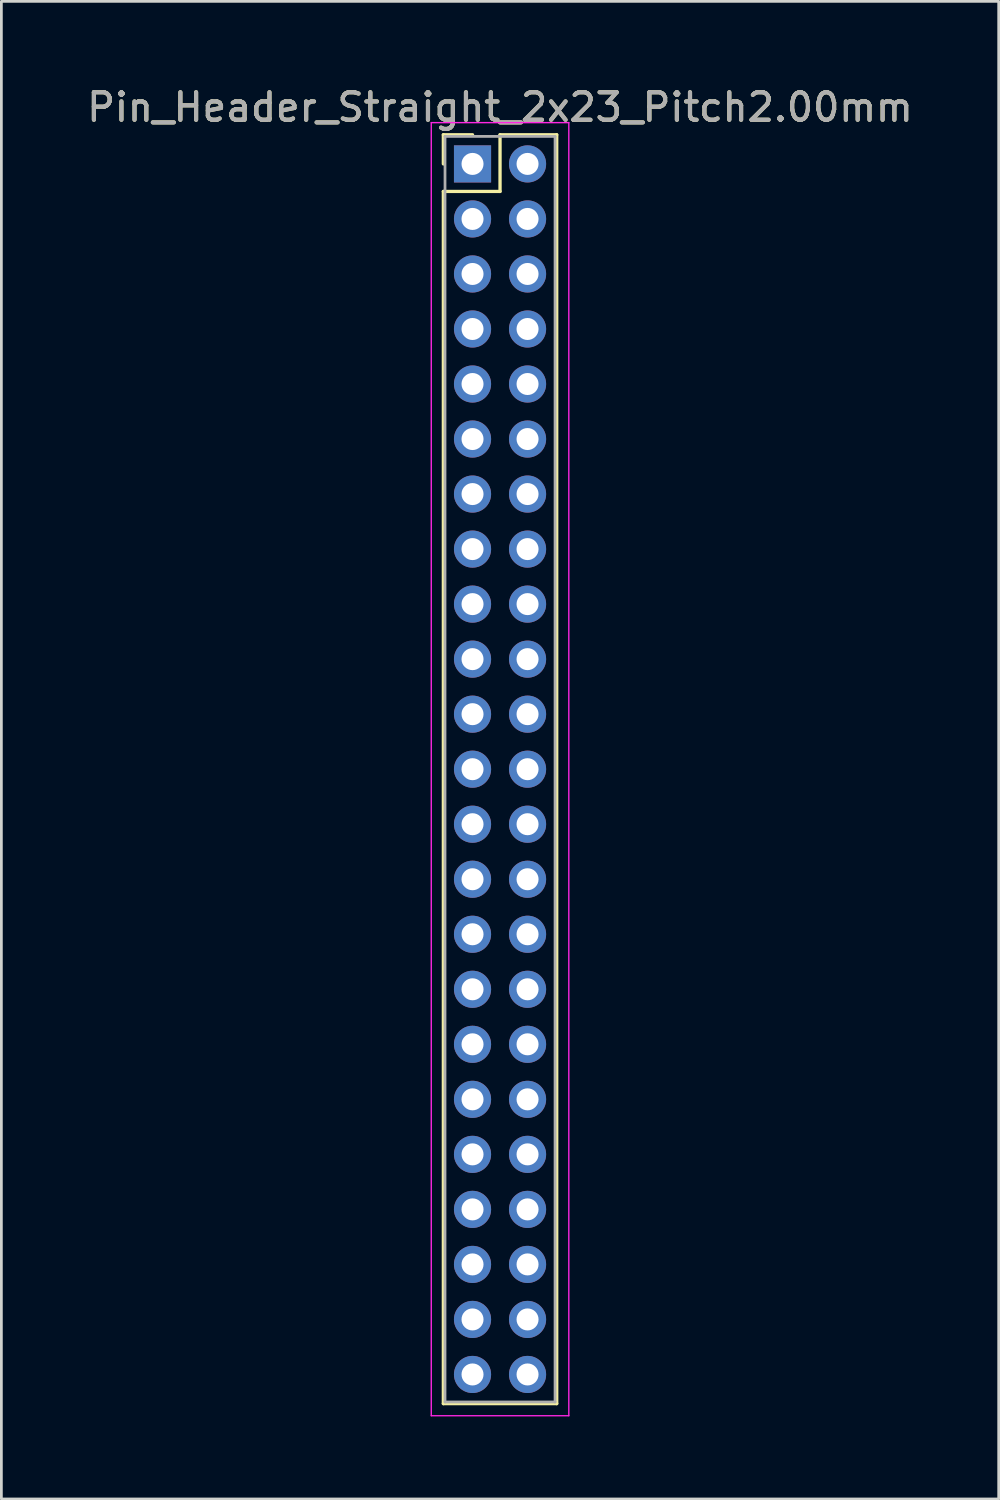
<source format=kicad_pcb>
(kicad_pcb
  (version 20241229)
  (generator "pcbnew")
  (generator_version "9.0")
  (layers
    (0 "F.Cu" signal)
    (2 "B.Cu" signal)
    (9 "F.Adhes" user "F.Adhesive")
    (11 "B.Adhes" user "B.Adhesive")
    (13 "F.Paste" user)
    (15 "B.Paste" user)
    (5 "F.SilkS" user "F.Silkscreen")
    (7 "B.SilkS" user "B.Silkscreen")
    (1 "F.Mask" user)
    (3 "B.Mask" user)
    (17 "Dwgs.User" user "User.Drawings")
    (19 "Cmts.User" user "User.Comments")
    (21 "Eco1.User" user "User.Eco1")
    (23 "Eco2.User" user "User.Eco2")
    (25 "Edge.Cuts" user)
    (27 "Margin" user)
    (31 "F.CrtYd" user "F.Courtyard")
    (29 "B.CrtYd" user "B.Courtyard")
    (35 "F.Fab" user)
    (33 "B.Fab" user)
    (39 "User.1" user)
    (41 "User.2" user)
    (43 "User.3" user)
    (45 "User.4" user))
  (footprint "Pin_Header_Straight_2x23_Pitch2.00mm"
    (layer "F.Cu")
    (at 14.125 2.908)
    (property "Reference" "Pin_Header_Straight_2x23_Pitch2.00mm" (at 1 -2.06 0) (layer "F.SilkS") (effects (font (size 1 1) (thickness 0.15))))
    (attr through_hole)
    (fp_line (start -1.06 -1.06) (end 0 -1.06) (stroke (width 0.12) (type solid)) (layer "F.SilkS"))
    (fp_line (start -1.06 0) (end -1.06 -1.06) (stroke (width 0.12) (type solid)) (layer "F.SilkS"))
    (fp_line (start -1.06 1) (end -1.06 45.06) (stroke (width 0.12) (type solid)) (layer "F.SilkS"))
    (fp_line (start -1.06 45.06) (end 3.06 45.06) (stroke (width 0.12) (type solid)) (layer "F.SilkS"))
    (fp_line (start 1 -1.06) (end 1 1) (stroke (width 0.12) (type solid)) (layer "F.SilkS"))
    (fp_line (start 1 1) (end -1.06 1) (stroke (width 0.12) (type solid)) (layer "F.SilkS"))
    (fp_line (start 3.06 -1.06) (end 1 -1.06) (stroke (width 0.12) (type solid)) (layer "F.SilkS"))
    (fp_line (start 3.06 45.06) (end 3.06 -1.06) (stroke (width 0.12) (type solid)) (layer "F.SilkS"))
    (fp_line (start -1.5 -1.5) (end -1.5 45.5) (stroke (width 0.05) (type solid)) (layer "F.CrtYd"))
    (fp_line (start -1.5 45.5) (end 3.5 45.5) (stroke (width 0.05) (type solid)) (layer "F.CrtYd"))
    (fp_line (start 3.5 -1.5) (end -1.5 -1.5) (stroke (width 0.05) (type solid)) (layer "F.CrtYd"))
    (fp_line (start 3.5 45.5) (end 3.5 -1.5) (stroke (width 0.05) (type solid)) (layer "F.CrtYd"))
    (fp_line (start -1 -1) (end -1 45) (stroke (width 0.1) (type solid)) (layer "F.Fab"))
    (fp_line (start -1 45) (end 3 45) (stroke (width 0.1) (type solid)) (layer "F.Fab"))
    (fp_line (start 3 -1) (end -1 -1) (stroke (width 0.1) (type solid)) (layer "F.Fab"))
    (fp_line (start 3 45) (end 3 -1) (stroke (width 0.1) (type solid)) (layer "F.Fab"))
    (fp_text user "${REFERENCE}" (at 1 -2.06 0) (layer "F.Fab") (effects (font (size 1 1) (thickness 0.15))))
    (pad "1" thru_hole rect (at 0 0) (size 1.35 1.35) (drill 0.8) (layers "*.Cu" "*.Mask"))
    (pad "2" thru_hole oval (at 2 0) (size 1.35 1.35) (drill 0.8) (layers "*.Cu" "*.Mask"))
    (pad "3" thru_hole oval (at 0 2) (size 1.35 1.35) (drill 0.8) (layers "*.Cu" "*.Mask"))
    (pad "4" thru_hole oval (at 2 2) (size 1.35 1.35) (drill 0.8) (layers "*.Cu" "*.Mask"))
    (pad "5" thru_hole oval (at 0 4) (size 1.35 1.35) (drill 0.8) (layers "*.Cu" "*.Mask"))
    (pad "6" thru_hole oval (at 2 4) (size 1.35 1.35) (drill 0.8) (layers "*.Cu" "*.Mask"))
    (pad "7" thru_hole oval (at 0 6) (size 1.35 1.35) (drill 0.8) (layers "*.Cu" "*.Mask"))
    (pad "8" thru_hole oval (at 2 6) (size 1.35 1.35) (drill 0.8) (layers "*.Cu" "*.Mask"))
    (pad "9" thru_hole oval (at 0 8) (size 1.35 1.35) (drill 0.8) (layers "*.Cu" "*.Mask"))
    (pad "10" thru_hole oval (at 2 8) (size 1.35 1.35) (drill 0.8) (layers "*.Cu" "*.Mask"))
    (pad "11" thru_hole oval (at 0 10) (size 1.35 1.35) (drill 0.8) (layers "*.Cu" "*.Mask"))
    (pad "12" thru_hole oval (at 2 10) (size 1.35 1.35) (drill 0.8) (layers "*.Cu" "*.Mask"))
    (pad "13" thru_hole oval (at 0 12) (size 1.35 1.35) (drill 0.8) (layers "*.Cu" "*.Mask"))
    (pad "14" thru_hole oval (at 2 12) (size 1.35 1.35) (drill 0.8) (layers "*.Cu" "*.Mask"))
    (pad "15" thru_hole oval (at 0 14) (size 1.35 1.35) (drill 0.8) (layers "*.Cu" "*.Mask"))
    (pad "16" thru_hole oval (at 2 14) (size 1.35 1.35) (drill 0.8) (layers "*.Cu" "*.Mask"))
    (pad "17" thru_hole oval (at 0 16) (size 1.35 1.35) (drill 0.8) (layers "*.Cu" "*.Mask"))
    (pad "18" thru_hole oval (at 2 16) (size 1.35 1.35) (drill 0.8) (layers "*.Cu" "*.Mask"))
    (pad "19" thru_hole oval (at 0 18) (size 1.35 1.35) (drill 0.8) (layers "*.Cu" "*.Mask"))
    (pad "20" thru_hole oval (at 2 18) (size 1.35 1.35) (drill 0.8) (layers "*.Cu" "*.Mask"))
    (pad "21" thru_hole oval (at 0 20) (size 1.35 1.35) (drill 0.8) (layers "*.Cu" "*.Mask"))
    (pad "22" thru_hole oval (at 2 20) (size 1.35 1.35) (drill 0.8) (layers "*.Cu" "*.Mask"))
    (pad "23" thru_hole oval (at 0 22) (size 1.35 1.35) (drill 0.8) (layers "*.Cu" "*.Mask"))
    (pad "24" thru_hole oval (at 2 22) (size 1.35 1.35) (drill 0.8) (layers "*.Cu" "*.Mask"))
    (pad "25" thru_hole oval (at 0 24) (size 1.35 1.35) (drill 0.8) (layers "*.Cu" "*.Mask"))
    (pad "26" thru_hole oval (at 2 24) (size 1.35 1.35) (drill 0.8) (layers "*.Cu" "*.Mask"))
    (pad "27" thru_hole oval (at 0 26) (size 1.35 1.35) (drill 0.8) (layers "*.Cu" "*.Mask"))
    (pad "28" thru_hole oval (at 2 26) (size 1.35 1.35) (drill 0.8) (layers "*.Cu" "*.Mask"))
    (pad "29" thru_hole oval (at 0 28) (size 1.35 1.35) (drill 0.8) (layers "*.Cu" "*.Mask"))
    (pad "30" thru_hole oval (at 2 28) (size 1.35 1.35) (drill 0.8) (layers "*.Cu" "*.Mask"))
    (pad "31" thru_hole oval (at 0 30) (size 1.35 1.35) (drill 0.8) (layers "*.Cu" "*.Mask"))
    (pad "32" thru_hole oval (at 2 30) (size 1.35 1.35) (drill 0.8) (layers "*.Cu" "*.Mask"))
    (pad "33" thru_hole oval (at 0 32) (size 1.35 1.35) (drill 0.8) (layers "*.Cu" "*.Mask"))
    (pad "34" thru_hole oval (at 2 32) (size 1.35 1.35) (drill 0.8) (layers "*.Cu" "*.Mask"))
    (pad "35" thru_hole oval (at 0 34) (size 1.35 1.35) (drill 0.8) (layers "*.Cu" "*.Mask"))
    (pad "36" thru_hole oval (at 2 34) (size 1.35 1.35) (drill 0.8) (layers "*.Cu" "*.Mask"))
    (pad "37" thru_hole oval (at 0 36) (size 1.35 1.35) (drill 0.8) (layers "*.Cu" "*.Mask"))
    (pad "38" thru_hole oval (at 2 36) (size 1.35 1.35) (drill 0.8) (layers "*.Cu" "*.Mask"))
    (pad "39" thru_hole oval (at 0 38) (size 1.35 1.35) (drill 0.8) (layers "*.Cu" "*.Mask"))
    (pad "40" thru_hole oval (at 2 38) (size 1.35 1.35) (drill 0.8) (layers "*.Cu" "*.Mask"))
    (pad "41" thru_hole oval (at 0 40) (size 1.35 1.35) (drill 0.8) (layers "*.Cu" "*.Mask"))
    (pad "42" thru_hole oval (at 2 40) (size 1.35 1.35) (drill 0.8) (layers "*.Cu" "*.Mask"))
    (pad "43" thru_hole oval (at 0 42) (size 1.35 1.35) (drill 0.8) (layers "*.Cu" "*.Mask"))
    (pad "44" thru_hole oval (at 2 42) (size 1.35 1.35) (drill 0.8) (layers "*.Cu" "*.Mask"))
    (pad "45" thru_hole oval (at 0 44) (size 1.35 1.35) (drill 0.8) (layers "*.Cu" "*.Mask"))
    (pad "46" thru_hole oval (at 2 44) (size 1.35 1.35) (drill 0.8) (layers "*.Cu" "*.Mask")))
  (gr_rect
    (start -3 -3)
    (end 33.25 51.433)
    (stroke (width 0.1) (type default))
    (fill no)
    (layer "Edge.Cuts")))
</source>
